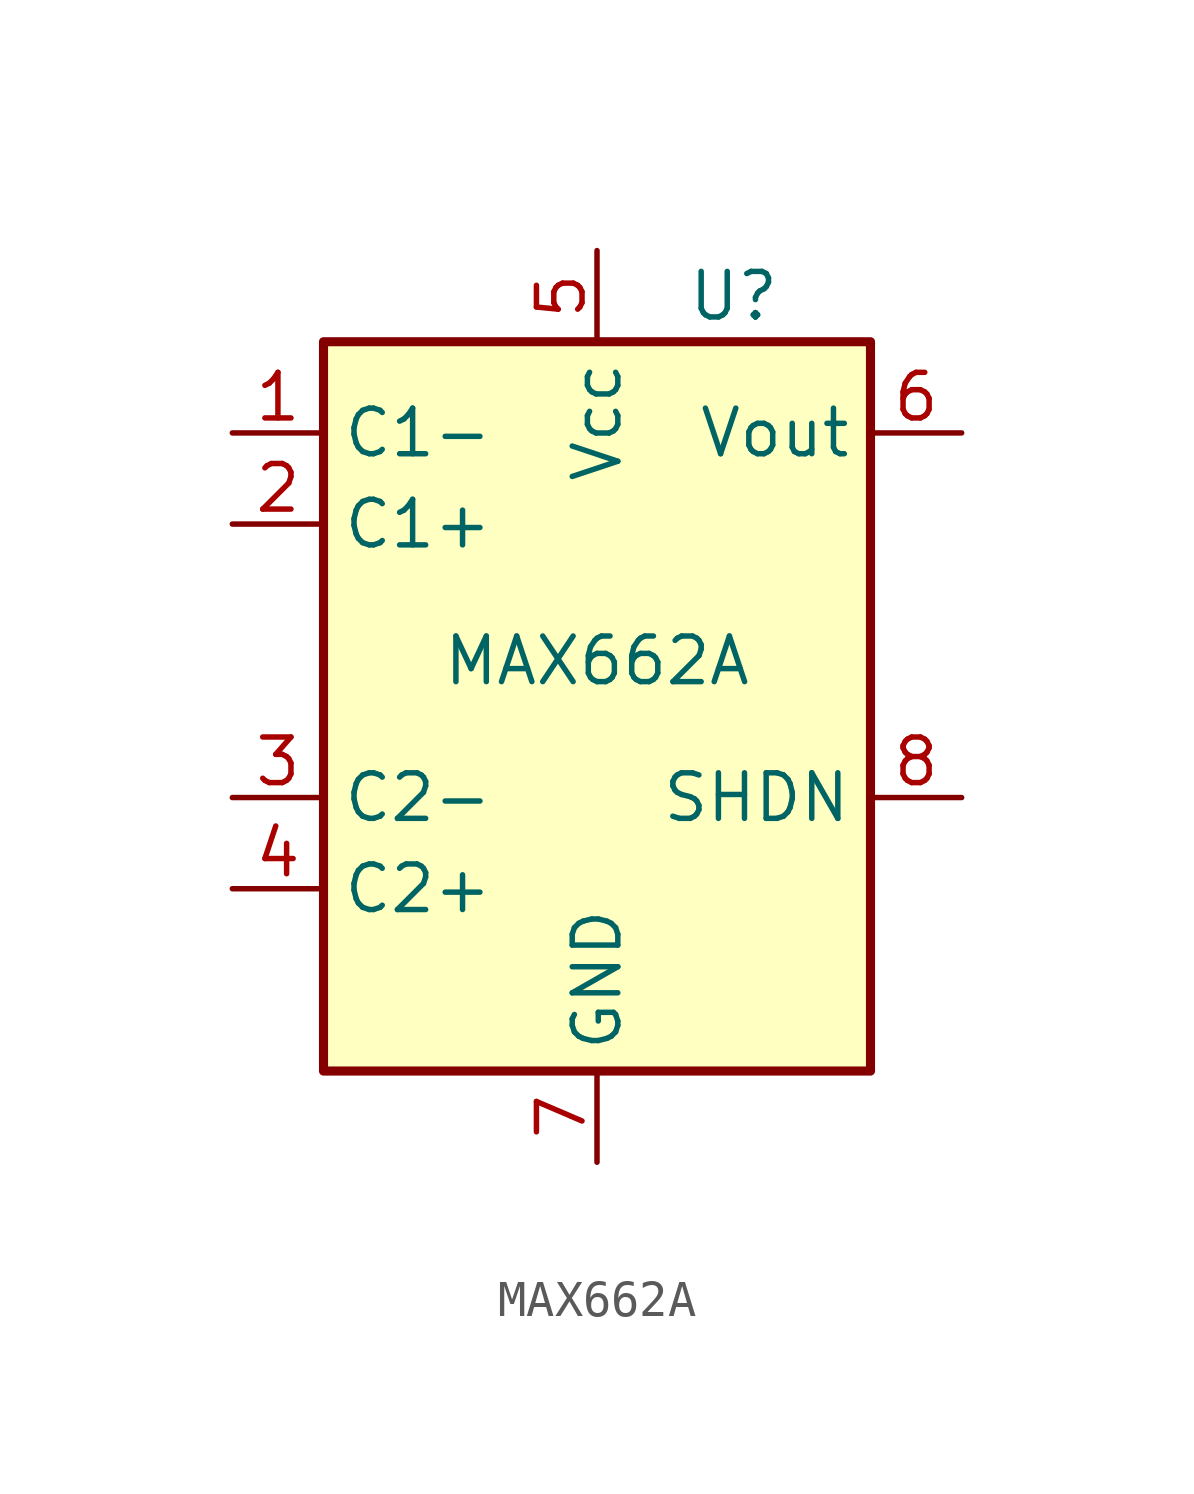
<source format=kicad_sym>
(kicad_symbol_lib
  (version 20220914)
  (generator kicad_symbol_editor)
  (symbol "MAX662A"
    (property "Reference" "U"
      (at 3.81 10.16 0)
      (effects (font (size 1.27 1.27))))
    (property "Value" "MAX662A"
      (at 0 0 0)
      (effects (font (size 1.27 1.27))))
    (symbol "MAX662A_0_1"
      (rectangle (start -7.62 8.89) (end 7.62 -11.43) (stroke (width 0.254) (type default)) (fill (type background))))
    (symbol "MAX662A_1_1"
      (pin passive line (at -10.16 6.35 0) (length 2.54) (name "C1-" (effects (font (size 1.27 1.27)))) (number "1" (effects (font (size 1.27 1.27)))))
      (pin passive line (at -10.16 3.81 0) (length 2.54) (name "C1+" (effects (font (size 1.27 1.27)))) (number "2" (effects (font (size 1.27 1.27)))))
      (pin passive line (at -10.16 -3.81 0) (length 2.54) (name "C2-" (effects (font (size 1.27 1.27)))) (number "3" (effects (font (size 1.27 1.27)))))
      (pin passive line (at -10.16 -6.35 0) (length 2.54) (name "C2+" (effects (font (size 1.27 1.27)))) (number "4" (effects (font (size 1.27 1.27)))))
      (pin power_in line (at 0 11.43 270) (length 2.54) (name "Vcc" (effects (font (size 1.27 1.27)))) (number "5" (effects (font (size 1.27 1.27)))))
      (pin power_out line (at 10.16 6.35 180) (length 2.54) (name "Vout" (effects (font (size 1.27 1.27)))) (number "6" (effects (font (size 1.27 1.27)))))
      (pin power_in line (at 0 -13.97 90) (length 2.54) (name "GND" (effects (font (size 1.27 1.27)))) (number "7" (effects (font (size 1.27 1.27)))))
      (pin passive line (at 10.16 -3.81 180) (length 2.54) (name "SHDN" (effects (font (size 1.27 1.27)))) (number "8" (effects (font (size 1.27 1.27))))))))
</source>
